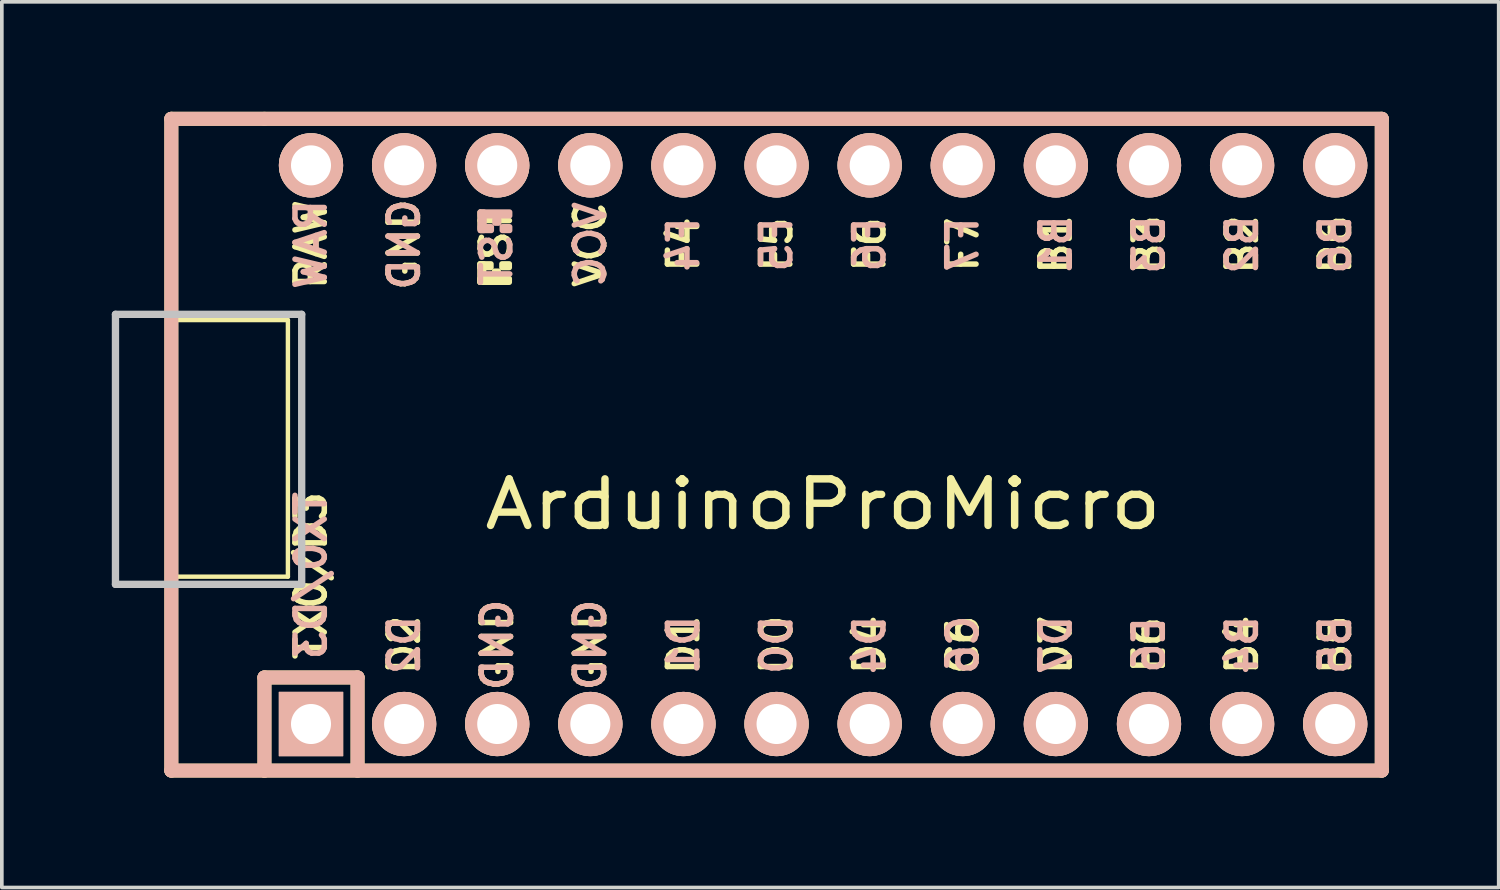
<source format=kicad_pcb>
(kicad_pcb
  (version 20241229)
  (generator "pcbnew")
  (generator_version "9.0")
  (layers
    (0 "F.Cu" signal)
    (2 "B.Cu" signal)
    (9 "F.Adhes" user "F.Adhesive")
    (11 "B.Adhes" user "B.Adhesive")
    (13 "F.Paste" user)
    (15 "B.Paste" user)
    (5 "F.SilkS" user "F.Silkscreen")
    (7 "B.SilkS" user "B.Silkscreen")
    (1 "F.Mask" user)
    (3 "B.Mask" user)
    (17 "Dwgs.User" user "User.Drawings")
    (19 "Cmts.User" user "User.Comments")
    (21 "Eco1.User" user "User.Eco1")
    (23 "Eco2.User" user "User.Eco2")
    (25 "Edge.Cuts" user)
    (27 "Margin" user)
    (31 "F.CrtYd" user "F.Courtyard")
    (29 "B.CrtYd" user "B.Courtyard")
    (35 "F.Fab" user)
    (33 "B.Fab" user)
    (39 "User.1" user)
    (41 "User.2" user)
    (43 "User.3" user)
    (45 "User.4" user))
  (footprint "ArduinoProMicro"
    (layer "F.Cu")
    (at 19.404 9.081)
    (property "Reference" "ArduinoProMicro" (at 0 1.625 0) (layer "F.SilkS") (effects (font (size 1.27 1.524) (thickness 0.203))))
    (attr through_hole)
    (fp_line (start -17.78 -8.89) (end -17.78 8.89) (stroke (width 0.381) (type solid)) (layer "F.SilkS"))
    (fp_line (start -17.78 8.89) (end -15.24 8.89) (stroke (width 0.381) (type solid)) (layer "F.SilkS"))
    (fp_line (start -17.7 -3.4) (end -14.6 -3.4) (stroke (width 0.12) (type solid)) (layer "F.SilkS"))
    (fp_line (start -15.24 -8.89) (end -17.78 -8.89) (stroke (width 0.381) (type solid)) (layer "F.SilkS"))
    (fp_line (start -15.24 6.35) (end -15.24 8.89) (stroke (width 0.381) (type solid)) (layer "F.SilkS"))
    (fp_line (start -15.24 6.35) (end -12.7 6.35) (stroke (width 0.381) (type solid)) (layer "F.SilkS"))
    (fp_line (start -15.24 8.89) (end 15.24 8.89) (stroke (width 0.381) (type solid)) (layer "F.SilkS"))
    (fp_line (start -14.6 -3.4) (end -14.6 3.6) (stroke (width 0.12) (type solid)) (layer "F.SilkS"))
    (fp_line (start -14.6 3.6) (end -17.7 3.6) (stroke (width 0.12) (type solid)) (layer "F.SilkS"))
    (fp_line (start -12.7 6.35) (end -12.7 8.89) (stroke (width 0.381) (type solid)) (layer "F.SilkS"))
    (fp_line (start 15.24 -8.89) (end -15.24 -8.89) (stroke (width 0.381) (type solid)) (layer "F.SilkS"))
    (fp_line (start 15.24 8.89) (end 15.24 -8.89) (stroke (width 0.381) (type solid)) (layer "F.SilkS"))
    (fp_poly (pts (xy -9.361 -4.932) (xy -9.261 -4.932) (xy -9.261 -4.432) (xy -9.361 -4.432)) (stroke (width 0.15) (type solid)) (fill yes) (layer "F.SilkS"))
    (fp_poly (pts (xy -9.361 -4.932) (xy -9.061 -4.932) (xy -9.061 -4.832) (xy -9.361 -4.832)) (stroke (width 0.15) (type solid)) (fill yes) (layer "F.SilkS"))
    (fp_poly (pts (xy -9.361 -4.532) (xy -8.561 -4.532) (xy -8.561 -4.432) (xy -9.361 -4.432)) (stroke (width 0.15) (type solid)) (fill yes) (layer "F.SilkS"))
    (fp_poly (pts (xy -8.961 -4.732) (xy -8.861 -4.732) (xy -8.861 -4.632) (xy -8.961 -4.632)) (stroke (width 0.15) (type solid)) (fill yes) (layer "F.SilkS"))
    (fp_poly (pts (xy -8.761 -4.932) (xy -8.561 -4.932) (xy -8.561 -4.832) (xy -8.761 -4.832)) (stroke (width 0.15) (type solid)) (fill yes) (layer "F.SilkS"))
    (fp_line (start -17.78 -8.89) (end -17.78 8.89) (stroke (width 0.381) (type solid)) (layer "B.SilkS"))
    (fp_line (start -17.78 8.89) (end 15.24 8.89) (stroke (width 0.381) (type solid)) (layer "B.SilkS"))
    (fp_line (start -15.24 6.35) (end -15.24 8.89) (stroke (width 0.381) (type solid)) (layer "B.SilkS"))
    (fp_line (start -15.24 6.35) (end -12.7 6.35) (stroke (width 0.381) (type solid)) (layer "B.SilkS"))
    (fp_line (start -12.7 6.35) (end -12.7 8.89) (stroke (width 0.381) (type solid)) (layer "B.SilkS"))
    (fp_line (start 15.24 -8.89) (end -17.78 -8.89) (stroke (width 0.381) (type solid)) (layer "B.SilkS"))
    (fp_line (start 15.24 8.89) (end 15.24 -8.89) (stroke (width 0.381) (type solid)) (layer "B.SilkS"))
    (fp_poly (pts (xy -9.351 -6.245) (xy -8.551 -6.245) (xy -8.551 -6.345) (xy -9.351 -6.345)) (stroke (width 0.15) (type solid)) (fill yes) (layer "B.SilkS"))
    (fp_poly (pts (xy -9.351 -5.845) (xy -9.251 -5.845) (xy -9.251 -6.345) (xy -9.351 -6.345)) (stroke (width 0.15) (type solid)) (fill yes) (layer "B.SilkS"))
    (fp_poly (pts (xy -9.351 -5.845) (xy -9.051 -5.845) (xy -9.051 -5.945) (xy -9.351 -5.945)) (stroke (width 0.15) (type solid)) (fill yes) (layer "B.SilkS"))
    (fp_poly (pts (xy -8.951 -6.045) (xy -8.851 -6.045) (xy -8.851 -6.145) (xy -8.951 -6.145)) (stroke (width 0.15) (type solid)) (fill yes) (layer "B.SilkS"))
    (fp_poly (pts (xy -8.751 -5.845) (xy -8.551 -5.845) (xy -8.551 -5.945) (xy -8.751 -5.945)) (stroke (width 0.15) (type solid)) (fill yes) (layer "B.SilkS"))
    (fp_line (start -19.304 -3.556) (end -14.224 -3.556) (stroke (width 0.2) (type solid)) (layer "Dwgs.User"))
    (fp_line (start -19.304 3.81) (end -19.304 -3.556) (stroke (width 0.2) (type solid)) (layer "Dwgs.User"))
    (fp_line (start -14.224 -3.556) (end -14.224 3.81) (stroke (width 0.2) (type solid)) (layer "Dwgs.User"))
    (fp_line (start -14.224 3.81) (end -19.304 3.81) (stroke (width 0.2) (type solid)) (layer "Dwgs.User"))
    (fp_text user "RAW" (at -13.97 -5.461 90) (layer "F.SilkS") (effects (font (size 0.8 0.8) (thickness 0.15))))
    (fp_text user "C6" (at 3.81 5.461 90) (layer "F.SilkS") (effects (font (size 0.8 0.8) (thickness 0.15))))
    (fp_text user "ST" (at -8.92 -5.733 90) (layer "F.SilkS") (effects (font (size 0.8 0.8) (thickness 0.15))))
    (fp_text user "D2" (at -11.43 5.461 90) (layer "F.SilkS") (effects (font (size 0.8 0.8) (thickness 0.15))))
    (fp_text user "B5" (at 13.97 5.461 90) (layer "F.SilkS") (effects (font (size 0.8 0.8) (thickness 0.15))))
    (fp_text user "B1" (at 6.35 -5.461 90) (layer "F.SilkS") (effects (font (size 0.8 0.8) (thickness 0.15))))
    (fp_text user "D4" (at 1.27 5.461 90) (layer "F.SilkS") (effects (font (size 0.8 0.8) (thickness 0.15))))
    (fp_text user "B3" (at 8.89 -5.461 90) (layer "F.SilkS") (effects (font (size 0.8 0.8) (thickness 0.15))))
    (fp_text user "GND" (at -6.35 5.461 90) (layer "F.SilkS") (effects (font (size 0.8 0.8) (thickness 0.15))))
    (fp_text user "D1" (at -3.81 5.461 90) (layer "F.SilkS") (effects (font (size 0.8 0.8) (thickness 0.15))))
    (fp_text user "F4" (at -3.81 -5.461 90) (layer "F.SilkS") (effects (font (size 0.8 0.8) (thickness 0.15))))
    (fp_text user "E6" (at 8.89 5.461 90) (layer "F.SilkS") (effects (font (size 0.8 0.8) (thickness 0.15))))
    (fp_text user "B2" (at 11.43 -5.461 90) (layer "F.SilkS") (effects (font (size 0.8 0.8) (thickness 0.15))))
    (fp_text user "F5" (at -1.27 -5.461 90) (layer "F.SilkS") (effects (font (size 0.8 0.8) (thickness 0.15))))
    (fp_text user "B6" (at 13.97 -5.461 90) (layer "F.SilkS") (effects (font (size 0.8 0.8) (thickness 0.15))))
    (fp_text user "VCC" (at -6.35 -5.461 90) (layer "F.SilkS") (effects (font (size 0.8 0.8) (thickness 0.15))))
    (fp_text user "D0" (at -1.27 5.461 90) (layer "F.SilkS") (effects (font (size 0.8 0.8) (thickness 0.15))))
    (fp_text user "F6" (at 1.27 -5.461 90) (layer "F.SilkS") (effects (font (size 0.8 0.8) (thickness 0.15))))
    (fp_text user "D7" (at 6.35 5.461 90) (layer "F.SilkS") (effects (font (size 0.8 0.8) (thickness 0.15))))
    (fp_text user "GND" (at -11.43 -5.461 90) (layer "F.SilkS") (effects (font (size 0.8 0.8) (thickness 0.15))))
    (fp_text user "TX0/D3" (at -13.97 3.572 90) (layer "F.SilkS") (effects (font (size 0.8 0.8) (thickness 0.15))))
    (fp_text user "B4" (at 11.43 5.461 90) (layer "F.SilkS") (effects (font (size 0.8 0.8) (thickness 0.15))))
    (fp_text user "GND" (at -8.89 5.461 90) (layer "F.SilkS") (effects (font (size 0.8 0.8) (thickness 0.15))))
    (fp_text user "F7" (at 3.81 -5.461 90) (layer "F.SilkS") (effects (font (size 0.8 0.8) (thickness 0.15))))
    (fp_text user "GND" (at -6.35 5.461 90) (layer "B.SilkS") (effects (font (size 0.8 0.8) (thickness 0.15)) (justify mirror)))
    (fp_text user "B1" (at 6.35 -5.461 90) (layer "B.SilkS") (effects (font (size 0.8 0.8) (thickness 0.15)) (justify mirror)))
    (fp_text user "D4" (at 1.27 5.461 90) (layer "B.SilkS") (effects (font (size 0.8 0.8) (thickness 0.15)) (justify mirror)))
    (fp_text user "E6" (at 8.89 5.461 90) (layer "B.SilkS") (effects (font (size 0.8 0.8) (thickness 0.15)) (justify mirror)))
    (fp_text user "RAW" (at -13.97 -5.461 90) (layer "B.SilkS") (effects (font (size 0.8 0.8) (thickness 0.15)) (justify mirror)))
    (fp_text user "D0" (at -1.27 5.461 90) (layer "B.SilkS") (effects (font (size 0.8 0.8) (thickness 0.15)) (justify mirror)))
    (fp_text user "TX0/D3" (at -13.97 3.572 90) (layer "B.SilkS") (effects (font (size 0.8 0.8) (thickness 0.15)) (justify mirror)))
    (fp_text user "B5" (at 13.97 5.461 90) (layer "B.SilkS") (effects (font (size 0.8 0.8) (thickness 0.15)) (justify mirror)))
    (fp_text user "F5" (at -1.27 -5.461 90) (layer "B.SilkS") (effects (font (size 0.8 0.8) (thickness 0.15)) (justify mirror)))
    (fp_text user "F7" (at 3.81 -5.461 90) (layer "B.SilkS") (effects (font (size 0.8 0.8) (thickness 0.15)) (justify mirror)))
    (fp_text user "B2" (at 11.43 -5.461 90) (layer "B.SilkS") (effects (font (size 0.8 0.8) (thickness 0.15)) (justify mirror)))
    (fp_text user "D7" (at 6.35 5.461 90) (layer "B.SilkS") (effects (font (size 0.8 0.8) (thickness 0.15)) (justify mirror)))
    (fp_text user "B6" (at 13.97 -5.461 90) (layer "B.SilkS") (effects (font (size 0.8 0.8) (thickness 0.15)) (justify mirror)))
    (fp_text user "F6" (at 1.27 -5.461 90) (layer "B.SilkS") (effects (font (size 0.8 0.8) (thickness 0.15)) (justify mirror)))
    (fp_text user "C6" (at 3.81 5.461 90) (layer "B.SilkS") (effects (font (size 0.8 0.8) (thickness 0.15)) (justify mirror)))
    (fp_text user "ST" (at -8.91 -5.04 90) (layer "B.SilkS") (effects (font (size 0.8 0.8) (thickness 0.15)) (justify mirror)))
    (fp_text user "D1" (at -3.81 5.461 90) (layer "B.SilkS") (effects (font (size 0.8 0.8) (thickness 0.15)) (justify mirror)))
    (fp_text user "VCC" (at -6.35 -5.461 90) (layer "B.SilkS") (effects (font (size 0.8 0.8) (thickness 0.15)) (justify mirror)))
    (fp_text user "GND" (at -8.89 5.461 90) (layer "B.SilkS") (effects (font (size 0.8 0.8) (thickness 0.15)) (justify mirror)))
    (fp_text user "F4" (at -3.81 -5.461 90) (layer "B.SilkS") (effects (font (size 0.8 0.8) (thickness 0.15)) (justify mirror)))
    (fp_text user "GND" (at -11.43 -5.461 90) (layer "B.SilkS") (effects (font (size 0.8 0.8) (thickness 0.15)) (justify mirror)))
    (fp_text user "D2" (at -11.43 5.461 90) (layer "B.SilkS") (effects (font (size 0.8 0.8) (thickness 0.15)) (justify mirror)))
    (fp_text user "B4" (at 11.43 5.461 90) (layer "B.SilkS") (effects (font (size 0.8 0.8) (thickness 0.15)) (justify mirror)))
    (fp_text user "B3" (at 8.89 -5.461 90) (layer "B.SilkS") (effects (font (size 0.8 0.8) (thickness 0.15)) (justify mirror)))
    (pad "1" thru_hole rect (at -13.97 7.62) (size 1.753 1.753) (drill 1.092) (layers "*.Cu" "*.SilkS" "*.Mask"))
    (pad "2" thru_hole circle (at -11.43 7.62) (size 1.753 1.753) (drill 1.092) (layers "*.Cu" "*.SilkS" "*.Mask"))
    (pad "3" thru_hole circle (at -8.89 7.62) (size 1.753 1.753) (drill 1.092) (layers "*.Cu" "*.SilkS" "*.Mask"))
    (pad "4" thru_hole circle (at -6.35 7.62) (size 1.753 1.753) (drill 1.092) (layers "*.Cu" "*.SilkS" "*.Mask"))
    (pad "5" thru_hole circle (at -3.81 7.62) (size 1.753 1.753) (drill 1.092) (layers "*.Cu" "*.SilkS" "*.Mask"))
    (pad "6" thru_hole circle (at -1.27 7.62) (size 1.753 1.753) (drill 1.092) (layers "*.Cu" "*.SilkS" "*.Mask"))
    (pad "7" thru_hole circle (at 1.27 7.62) (size 1.753 1.753) (drill 1.092) (layers "*.Cu" "*.SilkS" "*.Mask"))
    (pad "8" thru_hole circle (at 3.81 7.62) (size 1.753 1.753) (drill 1.092) (layers "*.Cu" "*.SilkS" "*.Mask"))
    (pad "9" thru_hole circle (at 6.35 7.62) (size 1.753 1.753) (drill 1.092) (layers "*.Cu" "*.SilkS" "*.Mask"))
    (pad "10" thru_hole circle (at 8.89 7.62) (size 1.753 1.753) (drill 1.092) (layers "*.Cu" "*.SilkS" "*.Mask"))
    (pad "11" thru_hole circle (at 11.43 7.62) (size 1.753 1.753) (drill 1.092) (layers "*.Cu" "*.SilkS" "*.Mask"))
    (pad "12" thru_hole circle (at 13.97 7.62) (size 1.753 1.753) (drill 1.092) (layers "*.Cu" "*.SilkS" "*.Mask"))
    (pad "13" thru_hole circle (at 13.97 -7.62) (size 1.753 1.753) (drill 1.092) (layers "*.Cu" "*.SilkS" "*.Mask"))
    (pad "14" thru_hole circle (at 11.43 -7.62) (size 1.753 1.753) (drill 1.092) (layers "*.Cu" "*.SilkS" "*.Mask"))
    (pad "15" thru_hole circle (at 8.89 -7.62) (size 1.753 1.753) (drill 1.092) (layers "*.Cu" "*.SilkS" "*.Mask"))
    (pad "16" thru_hole circle (at 6.35 -7.62) (size 1.753 1.753) (drill 1.092) (layers "*.Cu" "*.SilkS" "*.Mask"))
    (pad "17" thru_hole circle (at 3.81 -7.62) (size 1.753 1.753) (drill 1.092) (layers "*.Cu" "*.SilkS" "*.Mask"))
    (pad "18" thru_hole circle (at 1.27 -7.62) (size 1.753 1.753) (drill 1.092) (layers "*.Cu" "*.SilkS" "*.Mask"))
    (pad "19" thru_hole circle (at -1.27 -7.62) (size 1.753 1.753) (drill 1.092) (layers "*.Cu" "*.SilkS" "*.Mask"))
    (pad "20" thru_hole circle (at -3.81 -7.62) (size 1.753 1.753) (drill 1.092) (layers "*.Cu" "*.SilkS" "*.Mask"))
    (pad "21" thru_hole circle (at -6.35 -7.62) (size 1.753 1.753) (drill 1.092) (layers "*.Cu" "*.SilkS" "*.Mask"))
    (pad "22" thru_hole circle (at -8.89 -7.62) (size 1.753 1.753) (drill 1.092) (layers "*.Cu" "*.SilkS" "*.Mask"))
    (pad "23" thru_hole circle (at -11.43 -7.62) (size 1.753 1.753) (drill 1.092) (layers "*.Cu" "*.SilkS" "*.Mask"))
    (pad "24" thru_hole circle (at -13.97 -7.62) (size 1.753 1.753) (drill 1.092) (layers "*.Cu" "*.SilkS" "*.Mask")))
  (gr_rect
    (start -3 -3)
    (end 37.834 21.161)
    (stroke (width 0.1) (type default))
    (fill no)
    (layer "Edge.Cuts")))
</source>
